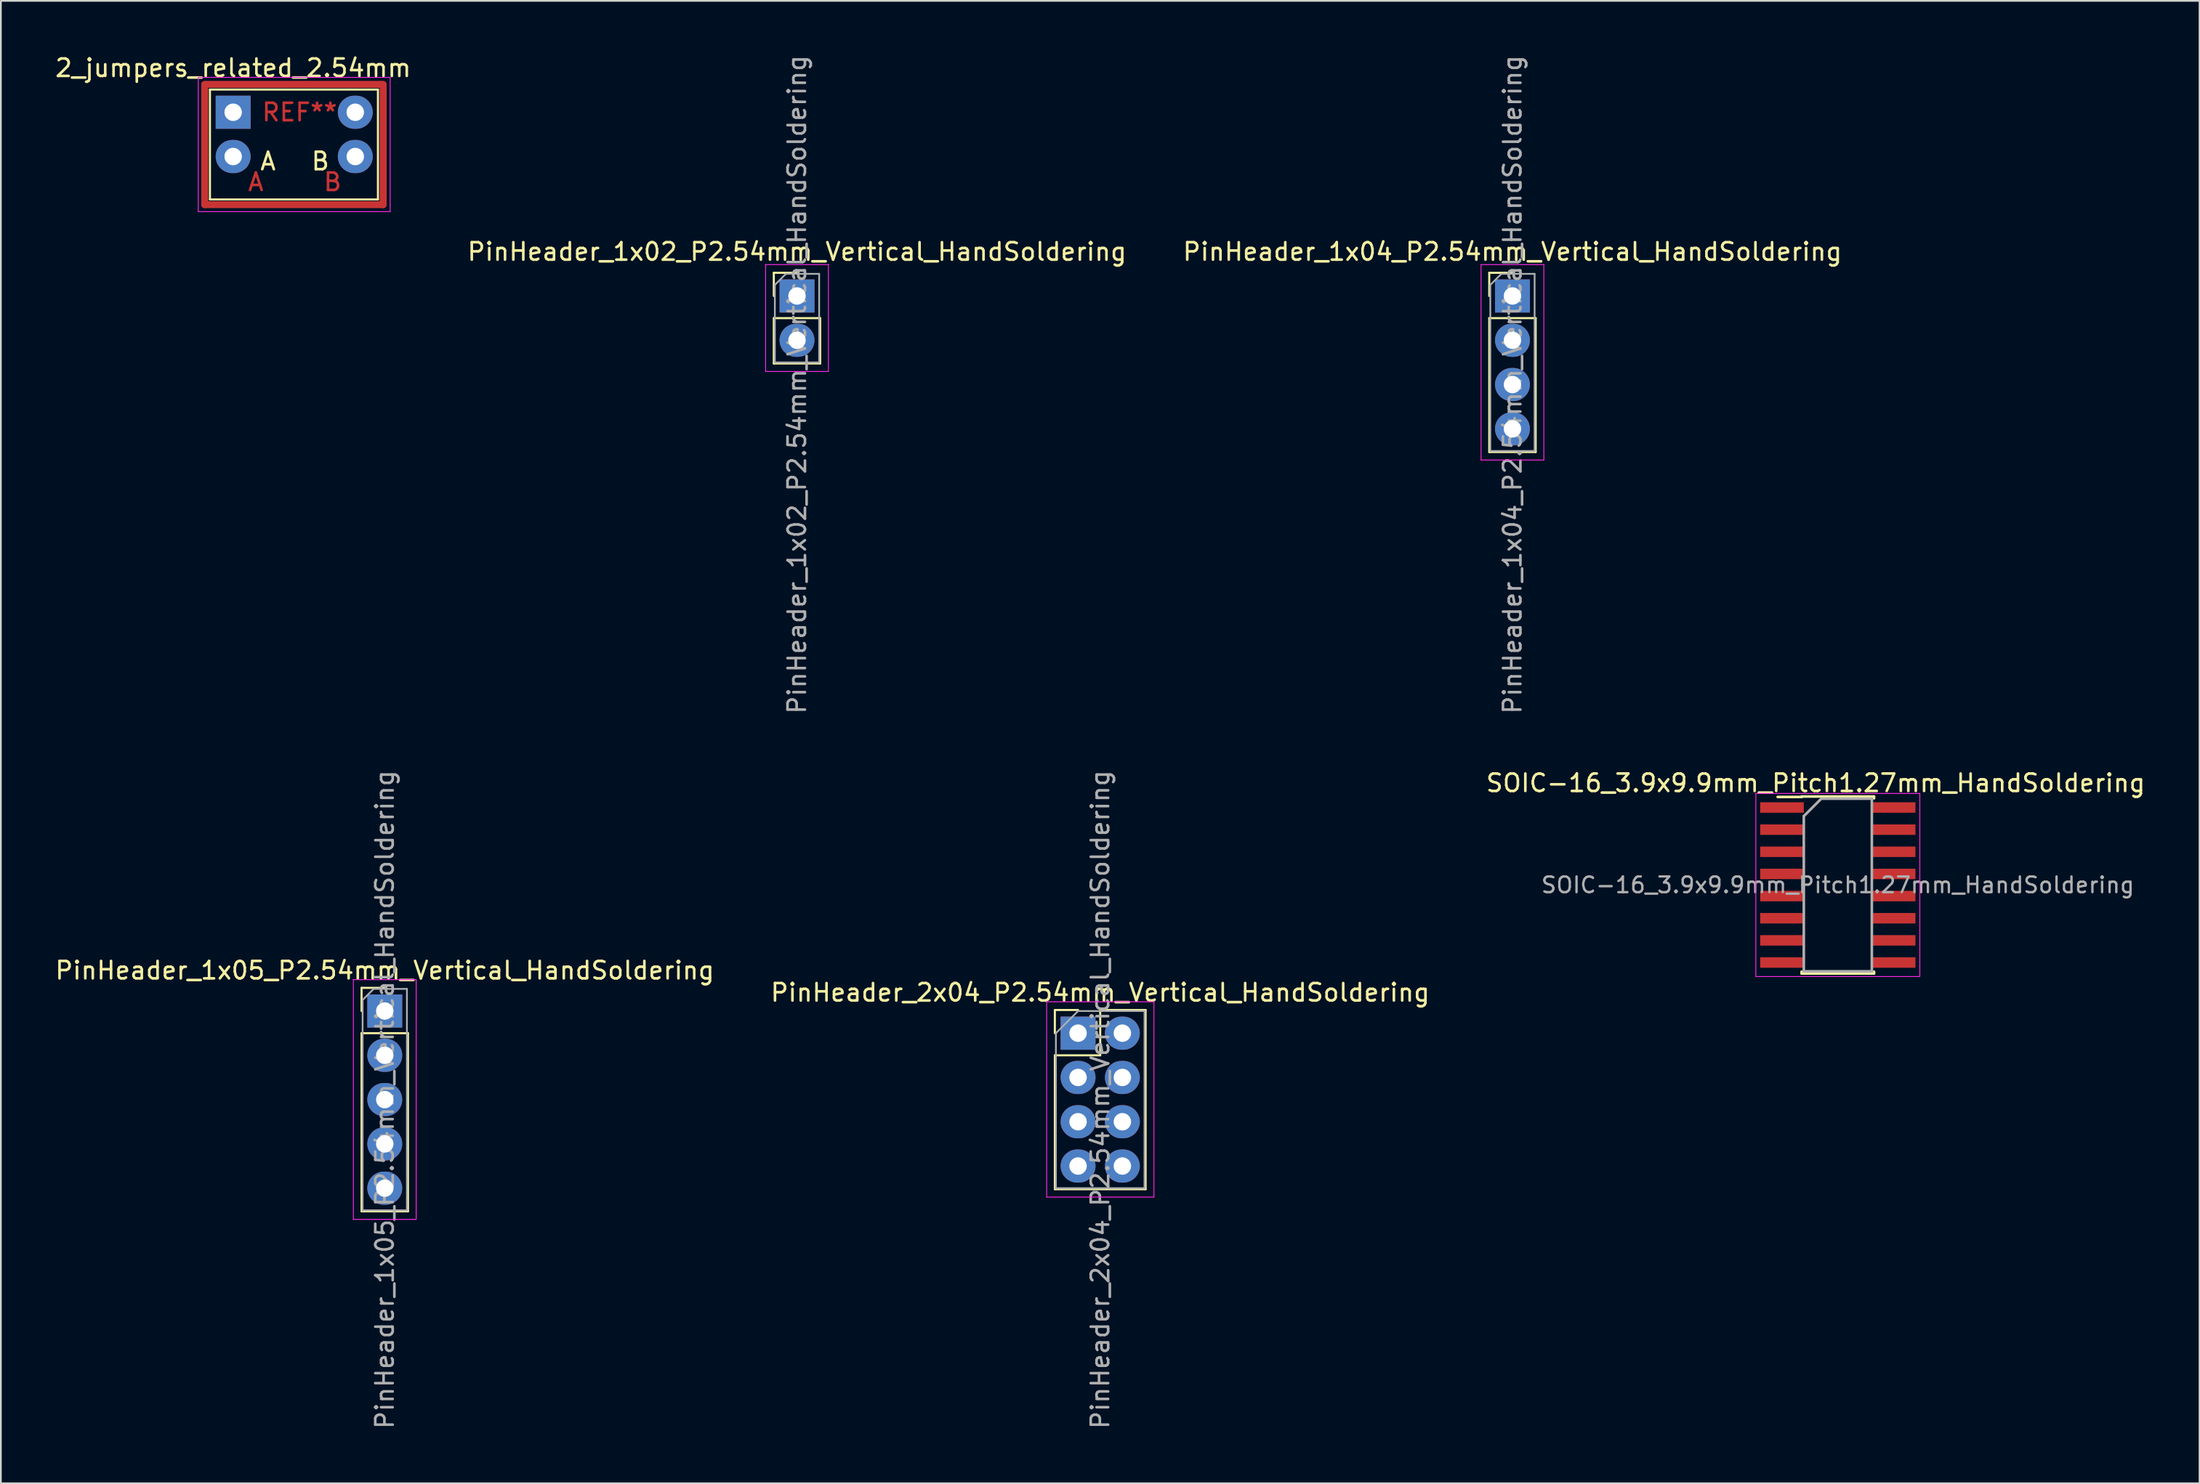
<source format=kicad_pcb>
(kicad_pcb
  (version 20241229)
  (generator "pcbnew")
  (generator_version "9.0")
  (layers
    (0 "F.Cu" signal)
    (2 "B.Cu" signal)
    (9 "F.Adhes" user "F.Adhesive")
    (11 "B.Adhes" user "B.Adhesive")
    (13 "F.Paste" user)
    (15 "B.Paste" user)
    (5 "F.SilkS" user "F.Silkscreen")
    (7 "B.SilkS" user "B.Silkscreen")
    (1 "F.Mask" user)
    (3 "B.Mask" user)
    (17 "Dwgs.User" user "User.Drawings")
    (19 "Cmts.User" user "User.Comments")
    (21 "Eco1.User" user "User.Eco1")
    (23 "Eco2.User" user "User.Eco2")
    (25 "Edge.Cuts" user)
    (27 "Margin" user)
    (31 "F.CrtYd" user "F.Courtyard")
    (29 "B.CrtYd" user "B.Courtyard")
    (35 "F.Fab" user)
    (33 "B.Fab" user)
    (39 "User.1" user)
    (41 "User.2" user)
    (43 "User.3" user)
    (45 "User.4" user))
  (footprint "SOIC-16_3.9x9.9mm_Pitch1.27mm_HandSoldering"
    (layer "F.Cu")
    (at 102.3 47.71)
    (property "Reference" "SOIC-16_3.9x9.9mm_Pitch1.27mm_HandSoldering" (at -1.27 -5.85 0) (layer "F.SilkS") (effects (font (size 1 1) (thickness 0.15))))
    (attr through_hole)
    (fp_line (start -2.075 -5.075) (end -2.075 -5.05) (stroke (width 0.15) (type solid)) (layer "F.SilkS"))
    (fp_line (start -2.075 -5.075) (end 2.075 -5.075) (stroke (width 0.15) (type solid)) (layer "F.SilkS"))
    (fp_line (start -2.075 -5.05) (end -3.45 -5.05) (stroke (width 0.15) (type solid)) (layer "F.SilkS"))
    (fp_line (start -2.075 5.075) (end -2.075 4.97) (stroke (width 0.15) (type solid)) (layer "F.SilkS"))
    (fp_line (start -2.075 5.075) (end 2.075 5.075) (stroke (width 0.15) (type solid)) (layer "F.SilkS"))
    (fp_line (start 2.075 -5.075) (end 2.075 -4.97) (stroke (width 0.15) (type solid)) (layer "F.SilkS"))
    (fp_line (start 2.075 5.075) (end 2.075 4.97) (stroke (width 0.15) (type solid)) (layer "F.SilkS"))
    (fp_line (start -4.7 -5.25) (end -4.7 5.25) (stroke (width 0.05) (type solid)) (layer "F.CrtYd"))
    (fp_line (start -4.7 -5.25) (end 4.7 -5.25) (stroke (width 0.05) (type solid)) (layer "F.CrtYd"))
    (fp_line (start -4.7 5.25) (end 4.7 5.25) (stroke (width 0.05) (type solid)) (layer "F.CrtYd"))
    (fp_line (start 4.7 -5.25) (end 4.7 5.25) (stroke (width 0.05) (type solid)) (layer "F.CrtYd"))
    (fp_line (start -1.95 -3.95) (end -0.95 -4.95) (stroke (width 0.15) (type solid)) (layer "F.Fab"))
    (fp_line (start -1.95 4.95) (end -1.95 -3.95) (stroke (width 0.15) (type solid)) (layer "F.Fab"))
    (fp_line (start -0.95 -4.95) (end 1.95 -4.95) (stroke (width 0.15) (type solid)) (layer "F.Fab"))
    (fp_line (start 1.95 -4.95) (end 1.95 4.95) (stroke (width 0.15) (type solid)) (layer "F.Fab"))
    (fp_line (start 1.95 4.95) (end -1.95 4.95) (stroke (width 0.15) (type solid)) (layer "F.Fab"))
    (fp_text user "${REFERENCE}" (at 0 0 0) (layer "F.Fab") (effects (font (size 0.9 0.9) (thickness 0.135))))
    (pad "1" smd rect (at -3.2 -4.445) (size 2.5 0.6) (layers "F.Cu" "F.Mask" "F.Paste"))
    (pad "2" smd rect (at -3.2 -3.175) (size 2.5 0.6) (layers "F.Cu" "F.Mask" "F.Paste"))
    (pad "3" smd rect (at -3.2 -1.905) (size 2.5 0.6) (layers "F.Cu" "F.Mask" "F.Paste"))
    (pad "4" smd rect (at -3.2 -0.635) (size 2.5 0.6) (layers "F.Cu" "F.Mask" "F.Paste"))
    (pad "5" smd rect (at -3.2 0.635) (size 2.5 0.6) (layers "F.Cu" "F.Mask" "F.Paste"))
    (pad "6" smd rect (at -3.2 1.905) (size 2.5 0.6) (layers "F.Cu" "F.Mask" "F.Paste"))
    (pad "7" smd rect (at -3.2 3.175) (size 2.5 0.6) (layers "F.Cu" "F.Mask" "F.Paste"))
    (pad "8" smd rect (at -3.2 4.445) (size 2.5 0.6) (layers "F.Cu" "F.Mask" "F.Paste"))
    (pad "9" smd rect (at 3.2 4.445) (size 2.5 0.6) (layers "F.Cu" "F.Mask" "F.Paste"))
    (pad "10" smd rect (at 3.2 3.175) (size 2.5 0.6) (layers "F.Cu" "F.Mask" "F.Paste"))
    (pad "11" smd rect (at 3.2 1.905) (size 2.5 0.6) (layers "F.Cu" "F.Mask" "F.Paste"))
    (pad "12" smd rect (at 3.2 0.635) (size 2.5 0.6) (layers "F.Cu" "F.Mask" "F.Paste"))
    (pad "13" smd rect (at 3.2 -0.635) (size 2.5 0.6) (layers "F.Cu" "F.Mask" "F.Paste"))
    (pad "14" smd rect (at 3.2 -1.905) (size 2.5 0.6) (layers "F.Cu" "F.Mask" "F.Paste"))
    (pad "15" smd rect (at 3.2 -3.175) (size 2.5 0.6) (layers "F.Cu" "F.Mask" "F.Paste"))
    (pad "16" smd rect (at 3.2 -4.445) (size 2.5 0.6) (layers "F.Cu" "F.Mask" "F.Paste")))
  (footprint "PinHeader_1x05_P2.54mm_Vertical_HandSoldering"
    (layer "F.Cu")
    (at 19.006 54.938)
    (property "Reference" "PinHeader_1x05_P2.54mm_Vertical_HandSoldering" (at 0 -2.33 0) (layer "F.SilkS") (effects (font (size 1 1) (thickness 0.15))))
    (attr through_hole)
    (fp_line (start -1.33 -1.33) (end 0 -1.33) (stroke (width 0.12) (type solid)) (layer "F.SilkS"))
    (fp_line (start -1.33 0) (end -1.33 -1.33) (stroke (width 0.12) (type solid)) (layer "F.SilkS"))
    (fp_line (start -1.33 1.27) (end -1.33 11.49) (stroke (width 0.12) (type solid)) (layer "F.SilkS"))
    (fp_line (start -1.33 1.27) (end 1.33 1.27) (stroke (width 0.12) (type solid)) (layer "F.SilkS"))
    (fp_line (start -1.33 11.49) (end 1.33 11.49) (stroke (width 0.12) (type solid)) (layer "F.SilkS"))
    (fp_line (start 1.33 1.27) (end 1.33 11.49) (stroke (width 0.12) (type solid)) (layer "F.SilkS"))
    (fp_line (start -1.8 -1.8) (end -1.8 11.95) (stroke (width 0.05) (type solid)) (layer "F.CrtYd"))
    (fp_line (start -1.8 11.95) (end 1.8 11.95) (stroke (width 0.05) (type solid)) (layer "F.CrtYd"))
    (fp_line (start 1.8 -1.8) (end -1.8 -1.8) (stroke (width 0.05) (type solid)) (layer "F.CrtYd"))
    (fp_line (start 1.8 11.95) (end 1.8 -1.8) (stroke (width 0.05) (type solid)) (layer "F.CrtYd"))
    (fp_line (start -1.27 -0.635) (end -0.635 -1.27) (stroke (width 0.1) (type solid)) (layer "F.Fab"))
    (fp_line (start -1.27 11.43) (end -1.27 -0.635) (stroke (width 0.1) (type solid)) (layer "F.Fab"))
    (fp_line (start -0.635 -1.27) (end 1.27 -1.27) (stroke (width 0.1) (type solid)) (layer "F.Fab"))
    (fp_line (start 1.27 -1.27) (end 1.27 11.43) (stroke (width 0.1) (type solid)) (layer "F.Fab"))
    (fp_line (start 1.27 11.43) (end -1.27 11.43) (stroke (width 0.1) (type solid)) (layer "F.Fab"))
    (fp_text user "${REFERENCE}" (at 0 5.08 90) (layer "F.Fab") (effects (font (size 1 1) (thickness 0.15))))
    (pad "1" thru_hole rect (at 0 0) (size 2 1.9) (drill 1) (layers "*.Cu" "*.Mask"))
    (pad "2" thru_hole oval (at 0 2.54) (size 2 1.9) (drill 1) (layers "*.Cu" "*.Mask"))
    (pad "3" thru_hole oval (at 0 5.08) (size 2 1.9) (drill 1) (layers "*.Cu" "*.Mask"))
    (pad "4" thru_hole oval (at 0 7.62) (size 2 1.9) (drill 1) (layers "*.Cu" "*.Mask"))
    (pad "5" thru_hole oval (at 0 10.16) (size 2 1.9) (drill 1) (layers "*.Cu" "*.Mask")))
  (footprint "PinHeader_1x02_P2.54mm_Vertical_HandSoldering"
    (layer "F.Cu")
    (at 42.637 13.926)
    (property "Reference" "PinHeader_1x02_P2.54mm_Vertical_HandSoldering" (at 0 -2.54 0) (layer "F.SilkS") (effects (font (size 1 1) (thickness 0.15))))
    (attr through_hole)
    (fp_line (start -1.33 -1.33) (end 0 -1.33) (stroke (width 0.12) (type solid)) (layer "F.SilkS"))
    (fp_line (start -1.33 0) (end -1.33 -1.33) (stroke (width 0.12) (type solid)) (layer "F.SilkS"))
    (fp_line (start -1.33 1.27) (end -1.33 3.87) (stroke (width 0.12) (type solid)) (layer "F.SilkS"))
    (fp_line (start -1.33 1.27) (end 1.33 1.27) (stroke (width 0.12) (type solid)) (layer "F.SilkS"))
    (fp_line (start -1.33 3.87) (end 1.33 3.87) (stroke (width 0.12) (type solid)) (layer "F.SilkS"))
    (fp_line (start 1.33 1.27) (end 1.33 3.87) (stroke (width 0.12) (type solid)) (layer "F.SilkS"))
    (fp_line (start -1.8 -1.8) (end -1.8 4.33) (stroke (width 0.05) (type solid)) (layer "F.CrtYd"))
    (fp_line (start -1.8 4.33) (end 1.8 4.33) (stroke (width 0.05) (type solid)) (layer "F.CrtYd"))
    (fp_line (start 1.8 -1.8) (end -1.8 -1.8) (stroke (width 0.05) (type solid)) (layer "F.CrtYd"))
    (fp_line (start 1.8 4.33) (end 1.8 -1.8) (stroke (width 0.05) (type solid)) (layer "F.CrtYd"))
    (fp_line (start -1.27 -0.635) (end -0.635 -1.27) (stroke (width 0.1) (type solid)) (layer "F.Fab"))
    (fp_line (start -1.27 3.81) (end -1.27 -0.635) (stroke (width 0.1) (type solid)) (layer "F.Fab"))
    (fp_line (start -0.635 -1.27) (end 1.27 -1.27) (stroke (width 0.1) (type solid)) (layer "F.Fab"))
    (fp_line (start 1.27 -1.27) (end 1.27 3.81) (stroke (width 0.1) (type solid)) (layer "F.Fab"))
    (fp_line (start 1.27 3.81) (end -1.27 3.81) (stroke (width 0.1) (type solid)) (layer "F.Fab"))
    (fp_text user "${REFERENCE}" (at 0 5.08 90) (layer "F.Fab") (effects (font (size 1 1) (thickness 0.15))))
    (pad "1" thru_hole rect (at 0 0) (size 2 1.9) (drill 1) (layers "*.Cu" "*.Mask"))
    (pad "2" thru_hole oval (at 0 2.54) (size 2 1.9) (drill 1) (layers "*.Cu" "*.Mask")))
  (footprint "PinHeader_1x04_P2.54mm_Vertical_HandSoldering"
    (layer "F.Cu")
    (at 83.649 13.926)
    (property "Reference" "PinHeader_1x04_P2.54mm_Vertical_HandSoldering" (at 0 -2.54 0) (layer "F.SilkS") (effects (font (size 1 1) (thickness 0.15))))
    (attr through_hole)
    (fp_line (start -1.33 -1.33) (end 0 -1.33) (stroke (width 0.12) (type solid)) (layer "F.SilkS"))
    (fp_line (start -1.33 0) (end -1.33 -1.33) (stroke (width 0.12) (type solid)) (layer "F.SilkS"))
    (fp_line (start -1.33 1.27) (end -1.33 8.95) (stroke (width 0.12) (type solid)) (layer "F.SilkS"))
    (fp_line (start -1.33 1.27) (end 1.33 1.27) (stroke (width 0.12) (type solid)) (layer "F.SilkS"))
    (fp_line (start -1.33 8.95) (end 1.33 8.95) (stroke (width 0.12) (type solid)) (layer "F.SilkS"))
    (fp_line (start 1.33 1.27) (end 1.33 8.95) (stroke (width 0.12) (type solid)) (layer "F.SilkS"))
    (fp_line (start -1.8 -1.8) (end -1.8 9.41) (stroke (width 0.05) (type solid)) (layer "F.CrtYd"))
    (fp_line (start -1.8 9.41) (end 1.8 9.41) (stroke (width 0.05) (type solid)) (layer "F.CrtYd"))
    (fp_line (start 1.8 -1.8) (end -1.8 -1.8) (stroke (width 0.05) (type solid)) (layer "F.CrtYd"))
    (fp_line (start 1.8 9.41) (end 1.8 -1.8) (stroke (width 0.05) (type solid)) (layer "F.CrtYd"))
    (fp_line (start -1.27 -0.635) (end -0.635 -1.27) (stroke (width 0.1) (type solid)) (layer "F.Fab"))
    (fp_line (start -1.27 8.89) (end -1.27 -0.635) (stroke (width 0.1) (type solid)) (layer "F.Fab"))
    (fp_line (start -0.635 -1.27) (end 1.27 -1.27) (stroke (width 0.1) (type solid)) (layer "F.Fab"))
    (fp_line (start 1.27 -1.27) (end 1.27 8.89) (stroke (width 0.1) (type solid)) (layer "F.Fab"))
    (fp_line (start 1.27 8.89) (end -1.27 8.89) (stroke (width 0.1) (type solid)) (layer "F.Fab"))
    (fp_text user "${REFERENCE}" (at 0 5.08 90) (layer "F.Fab") (effects (font (size 1 1) (thickness 0.15))))
    (pad "1" thru_hole rect (at 0 0) (size 2 1.9) (drill 1) (layers "*.Cu" "*.Mask"))
    (pad "2" thru_hole oval (at 0 2.54) (size 2 1.9) (drill 1) (layers "*.Cu" "*.Mask"))
    (pad "3" thru_hole oval (at 0 5.08) (size 2 1.9) (drill 1) (layers "*.Cu" "*.Mask"))
    (pad "4" thru_hole oval (at 0 7.62) (size 2 1.9) (drill 1) (layers "*.Cu" "*.Mask")))
  (footprint "PinHeader_2x04_P2.54mm_Vertical_HandSoldering"
    (layer "F.Cu")
    (at 58.748 56.208)
    (property "Reference" "PinHeader_2x04_P2.54mm_Vertical_HandSoldering" (at 1.27 -2.33 0) (layer "F.SilkS") (effects (font (size 1 1) (thickness 0.15))))
    (attr through_hole)
    (fp_line (start -1.33 -1.33) (end 0 -1.33) (stroke (width 0.12) (type solid)) (layer "F.SilkS"))
    (fp_line (start -1.33 0) (end -1.33 -1.33) (stroke (width 0.12) (type solid)) (layer "F.SilkS"))
    (fp_line (start -1.33 1.27) (end -1.33 8.95) (stroke (width 0.12) (type solid)) (layer "F.SilkS"))
    (fp_line (start -1.33 1.27) (end 1.27 1.27) (stroke (width 0.12) (type solid)) (layer "F.SilkS"))
    (fp_line (start -1.33 8.95) (end 3.87 8.95) (stroke (width 0.12) (type solid)) (layer "F.SilkS"))
    (fp_line (start 1.27 -1.33) (end 3.87 -1.33) (stroke (width 0.12) (type solid)) (layer "F.SilkS"))
    (fp_line (start 1.27 1.27) (end 1.27 -1.33) (stroke (width 0.12) (type solid)) (layer "F.SilkS"))
    (fp_line (start 3.87 -1.33) (end 3.87 8.95) (stroke (width 0.12) (type solid)) (layer "F.SilkS"))
    (fp_line (start -1.8 -1.8) (end -1.8 9.4) (stroke (width 0.05) (type solid)) (layer "F.CrtYd"))
    (fp_line (start -1.8 9.4) (end 4.35 9.4) (stroke (width 0.05) (type solid)) (layer "F.CrtYd"))
    (fp_line (start 4.35 -1.8) (end -1.8 -1.8) (stroke (width 0.05) (type solid)) (layer "F.CrtYd"))
    (fp_line (start 4.35 9.4) (end 4.35 -1.8) (stroke (width 0.05) (type solid)) (layer "F.CrtYd"))
    (fp_line (start -1.27 0) (end 0 -1.27) (stroke (width 0.1) (type solid)) (layer "F.Fab"))
    (fp_line (start -1.27 8.89) (end -1.27 0) (stroke (width 0.1) (type solid)) (layer "F.Fab"))
    (fp_line (start 0 -1.27) (end 3.81 -1.27) (stroke (width 0.1) (type solid)) (layer "F.Fab"))
    (fp_line (start 3.81 -1.27) (end 3.81 8.89) (stroke (width 0.1) (type solid)) (layer "F.Fab"))
    (fp_line (start 3.81 8.89) (end -1.27 8.89) (stroke (width 0.1) (type solid)) (layer "F.Fab"))
    (fp_text user "${REFERENCE}" (at 1.27 3.81 90) (layer "F.Fab") (effects (font (size 1 1) (thickness 0.15))))
    (pad "1" thru_hole rect (at 0 0) (size 2 1.9) (drill 1) (layers "*.Cu" "*.Mask"))
    (pad "2" thru_hole oval (at 2.54 0) (size 2 1.9) (drill 1) (layers "*.Cu" "*.Mask"))
    (pad "3" thru_hole oval (at 0 2.54) (size 2 1.9) (drill 1) (layers "*.Cu" "*.Mask"))
    (pad "4" thru_hole oval (at 2.54 2.54) (size 2 1.9) (drill 1) (layers "*.Cu" "*.Mask"))
    (pad "5" thru_hole oval (at 0 5.08) (size 2 1.9) (drill 1) (layers "*.Cu" "*.Mask"))
    (pad "6" thru_hole oval (at 2.54 5.08) (size 2 1.9) (drill 1) (layers "*.Cu" "*.Mask"))
    (pad "7" thru_hole oval (at 0 7.62) (size 2 1.9) (drill 1) (layers "*.Cu" "*.Mask"))
    (pad "8" thru_hole oval (at 2.54 7.62) (size 2 1.9) (drill 1) (layers "*.Cu" "*.Mask")))
  (footprint "2_jumpers_related_2.54mm"
    (layer "F.Cu")
    (at 10.315 3.388)
    (property "Reference" "2_jumpers_related_2.54mm" (at 0 -2.54 0) (layer "F.SilkS") (effects (font (size 1 1) (thickness 0.15))))
    (attr through_hole)
    (fp_line (start -1.63 -1.6) (end 8.6 -1.6) (stroke (width 0.4) (type solid)) (layer "F.Cu"))
    (fp_line (start -1.63 -1.57) (end -1.63 5.3) (stroke (width 0.4) (type solid)) (layer "F.Cu"))
    (fp_line (start -1.63 5.3) (end 8.6 5.3) (stroke (width 0.4) (type solid)) (layer "F.Cu"))
    (fp_line (start 8.6 -1.53) (end 8.6 5.3) (stroke (width 0.4) (type solid)) (layer "F.Cu"))
    (fp_line (start -1.33 -1.3) (end -1.33 5) (stroke (width 0.12) (type solid)) (layer "F.SilkS"))
    (fp_line (start -1.33 -1.3) (end 8.3 -1.3) (stroke (width 0.12) (type solid)) (layer "F.SilkS"))
    (fp_line (start -1.33 5) (end 8.3 5) (stroke (width 0.12) (type solid)) (layer "F.SilkS"))
    (fp_line (start 8.3 -1.3) (end 8.3 5) (stroke (width 0.12) (type solid)) (layer "F.SilkS"))
    (fp_line (start -2 -2) (end -2 5.7) (stroke (width 0.05) (type solid)) (layer "F.CrtYd"))
    (fp_line (start -2 5.7) (end 9 5.7) (stroke (width 0.05) (type solid)) (layer "F.CrtYd"))
    (fp_line (start 9 -2) (end -2 -2) (stroke (width 0.05) (type solid)) (layer "F.CrtYd"))
    (fp_line (start 9 5.7) (end 9 -2) (stroke (width 0.05) (type solid)) (layer "F.CrtYd"))
    (fp_text user "REF**" (at 3.81 0 0) (layer "F.Cu") (effects (font (size 1 1) (thickness 0.15))))
    (fp_text user "B" (at 5.7 4 0) (layer "F.Cu") (effects (font (size 1 1) (thickness 0.15))))
    (fp_text user "A" (at 1.3 4 0) (layer "F.Cu") (effects (font (size 1 1) (thickness 0.15))))
    (fp_text user "A" (at 2 2.81 0) (layer "F.SilkS") (effects (font (size 1 1) (thickness 0.15))))
    (fp_text user "B" (at 5 2.81 0) (layer "F.SilkS") (effects (font (size 1 1) (thickness 0.15))))
    (pad "1" thru_hole rect (at 0 0) (size 2 1.9) (drill 1) (layers "*.Cu" "*.Mask"))
    (pad "2" thru_hole oval (at 0 2.54) (size 2 1.9) (drill 1) (layers "*.Cu" "*.Mask"))
    (pad "3" thru_hole oval (at 7 0) (size 2 1.9) (drill 1) (layers "*.Cu" "*.Mask"))
    (pad "4" thru_hole oval (at 7 2.54) (size 2 1.9) (drill 1) (layers "*.Cu" "*.Mask")))
  (gr_rect
    (start -3 -3)
    (end 123.036 82.024)
    (stroke (width 0.1) (type default))
    (fill no)
    (layer "Edge.Cuts")))
</source>
